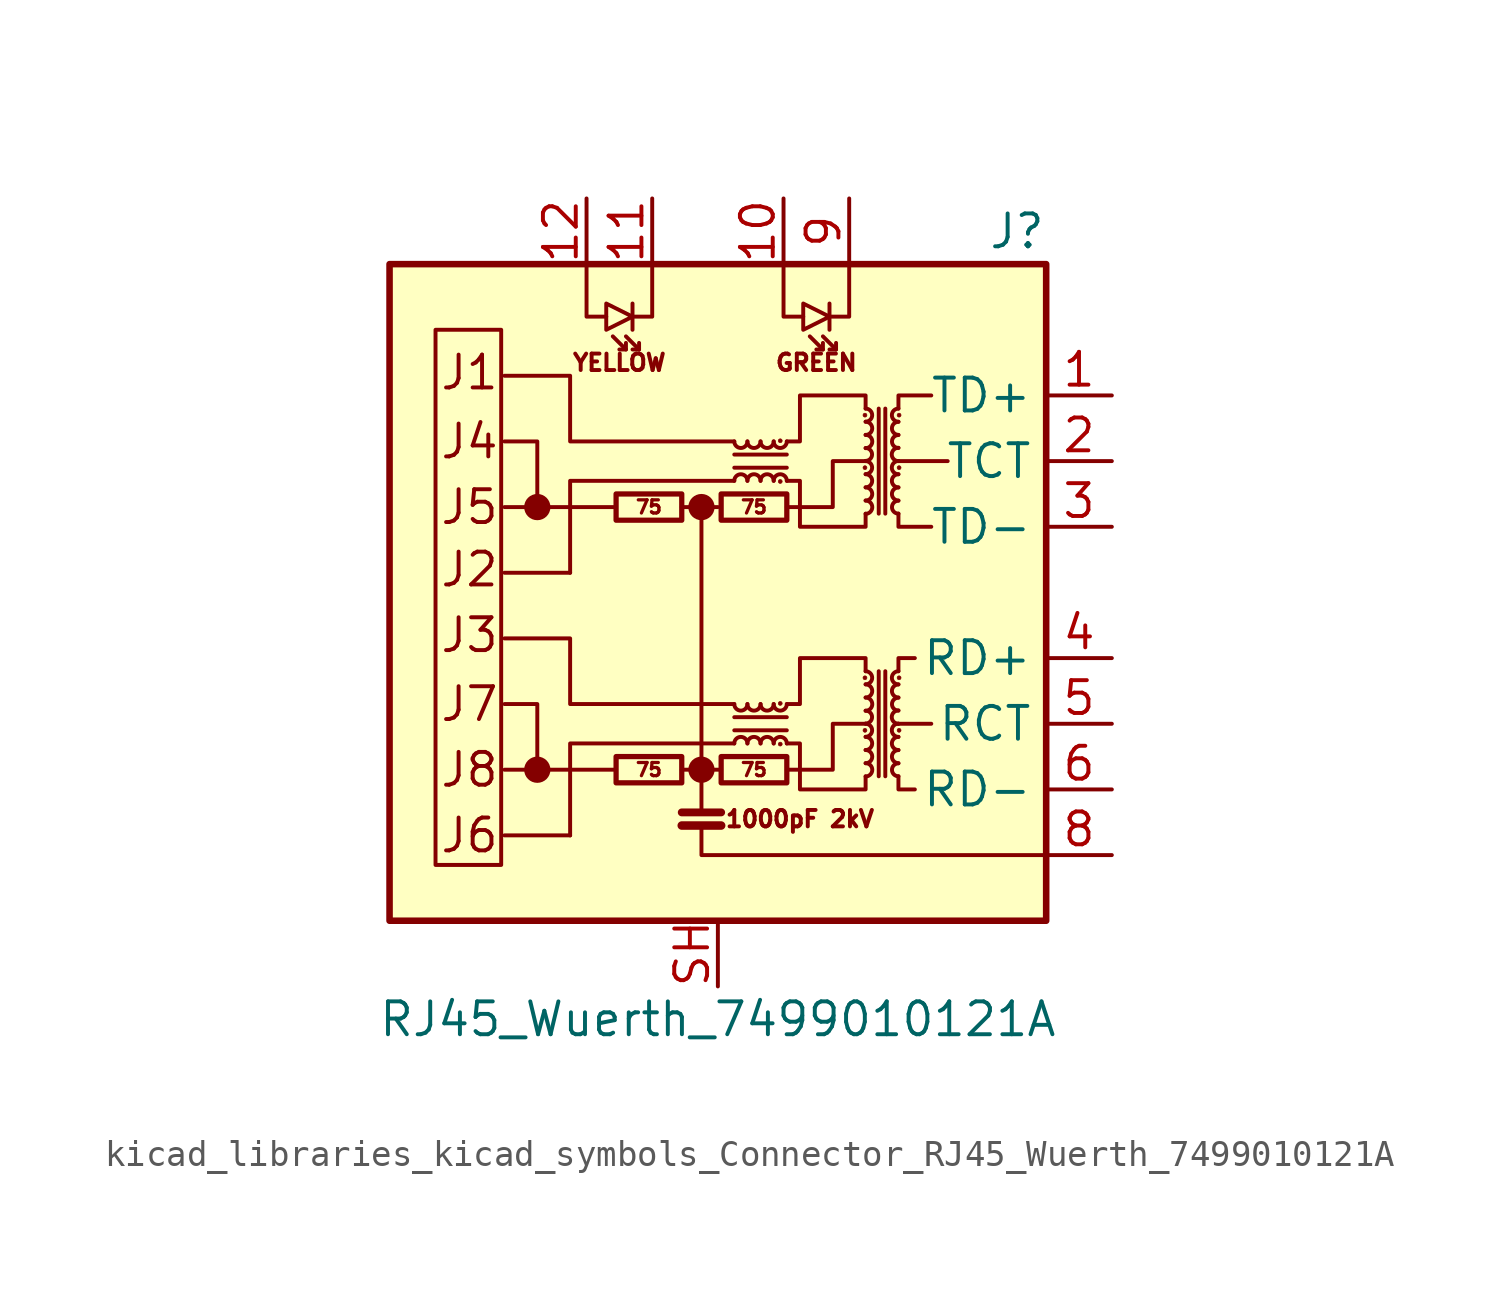
<source format=kicad_sym>
(kicad_symbol_lib
  (version 20220914)
  (generator kicad_symbol_editor)
  (symbol "kicad_libraries_kicad_symbols_Connector_RJ45_Wuerth_7499010121A"
    (property "Reference" "J"
      (at 12.7 13.97 0)
      (effects (font (size 1.27 1.27)) (justify right)))
    (property "Value" "RJ45_Wuerth_7499010121A"
      (at 0 -16.51 0)
      (effects (font (size 1.27 1.27))))
    (symbol "kicad_libraries_kicad_symbols_Connector_RJ45_Wuerth_7499010121A_0_0"
      (rectangle (start -12.7 12.7) (end 12.7 -12.7) (stroke (width 0.254) (type default)) (fill (type background)))
      (circle (center -6.985 -6.858) (radius 0.0001) (stroke (width 0.508) (type default)) (fill (type none)))
      (circle (center -6.985 3.302) (radius 0.0001) (stroke (width 0.508) (type default)) (fill (type none)))
      (circle (center -0.635 -6.858) (radius 0.0001) (stroke (width 0.508) (type default)) (fill (type none)))
      (circle (center -0.635 3.302) (radius 0.0001) (stroke (width 0.508) (type default)) (fill (type none)))
      (polyline (pts (xy -3.937 -6.858) (xy -8.255 -6.858)) (stroke (width 0) (type default)) (fill (type none)))
      (polyline (pts (xy -3.937 3.302) (xy -8.255 3.302)) (stroke (width 0) (type default)) (fill (type none)))
      (polyline (pts (xy 8.255 -5.08) (xy 6.985 -5.08)) (stroke (width 0) (type default)) (fill (type none)))
      (polyline (pts (xy 8.89 5.08) (xy 6.985 5.08)) (stroke (width 0) (type default)) (fill (type none)))
      (polyline (pts (xy -0.635 -9.017) (xy -0.635 -10.16) (xy 12.7 -10.16)) (stroke (width 0) (type default)) (fill (type none)))
      (polyline (pts (xy 0.635 -4.318) (xy -5.715 -4.318) (xy -5.715 -1.778) (xy -8.255 -1.778)) (stroke (width 0) (type default)) (fill (type none)))
      (polyline (pts (xy 0.635 5.842) (xy -5.715 5.842) (xy -5.715 8.382) (xy -8.255 8.382)) (stroke (width 0) (type default)) (fill (type none)))
      (polyline (pts (xy 2.667 -6.858) (xy 4.445 -6.858) (xy 4.445 -5.08) (xy 5.715 -5.08)) (stroke (width 0) (type default)) (fill (type none)))
      (polyline (pts (xy 2.667 3.302) (xy 4.445 3.302) (xy 4.445 5.08) (xy 5.715 5.08)) (stroke (width 0) (type default)) (fill (type none)))
      (text "1000pF 2kV" (at 3.175 -8.763 0) (effects (font (size 0.635 0.635))))
      (text "GREEN" (at 3.81 8.89 0) (effects (font (size 0.635 0.635))))
      (text "J1" (at -10.795 8.509 0) (effects (font (size 1.27 1.27)) (justify left)))
      (text "J2" (at -10.795 0.889 0) (effects (font (size 1.27 1.27)) (justify left)))
      (text "J3" (at -10.795 -1.651 0) (effects (font (size 1.27 1.27)) (justify left)))
      (text "J4" (at -10.795 5.842 0) (effects (font (size 1.27 1.27)) (justify left)))
      (text "J5" (at -10.795 3.302 0) (effects (font (size 1.27 1.27)) (justify left)))
      (text "J6" (at -10.795 -9.398 0) (effects (font (size 1.27 1.27)) (justify left)))
      (text "J7" (at -10.795 -4.318 0) (effects (font (size 1.27 1.27)) (justify left)))
      (text "J8" (at -10.795 -6.858 0) (effects (font (size 1.27 1.27)) (justify left)))
      (text "YELLOW" (at -3.81 8.89 0) (effects (font (size 0.635 0.635)))))
    (symbol "kicad_libraries_kicad_symbols_Connector_RJ45_Wuerth_7499010121A_0_1"
      (rectangle (start -8.382 -10.541) (end -10.922 10.16) (stroke (width 0) (type default)) (fill (type none)))
      (rectangle (start -3.937 -7.366) (end -1.397 -6.35) (stroke (width 0.203) (type default)) (fill (type none)))
      (rectangle (start -3.937 2.794) (end -1.397 3.81) (stroke (width 0.203) (type default)) (fill (type none)))
      (polyline (pts (xy -5.715 -9.398) (xy -8.255 -9.398)) (stroke (width 0) (type default)) (fill (type none)))
      (polyline (pts (xy -5.715 0.762) (xy -8.255 0.762)) (stroke (width 0) (type default)) (fill (type none)))
      (polyline (pts (xy -3.556 9.398) (xy -4.064 9.906)) (stroke (width 0) (type default)) (fill (type none)))
      (polyline (pts (xy -3.302 11.176) (xy -3.302 10.16)) (stroke (width 0) (type default)) (fill (type none)))
      (polyline (pts (xy -3.048 9.398) (xy -3.556 9.906)) (stroke (width 0) (type default)) (fill (type none)))
      (polyline (pts (xy -1.397 -9.017) (xy 0.127 -9.017)) (stroke (width 0.33) (type default)) (fill (type none)))
      (polyline (pts (xy -1.397 -8.509) (xy 0.127 -8.509)) (stroke (width 0.305) (type default)) (fill (type none)))
      (polyline (pts (xy -0.635 3.302) (xy -1.397 3.302)) (stroke (width 0) (type default)) (fill (type none)))
      (polyline (pts (xy 0.127 -6.858) (xy -1.397 -6.858)) (stroke (width 0) (type default)) (fill (type none)))
      (polyline (pts (xy 0.635 -5.334) (xy 2.667 -5.334)) (stroke (width 0) (type default)) (fill (type none)))
      (polyline (pts (xy 0.635 4.826) (xy 2.667 4.826)) (stroke (width 0) (type default)) (fill (type none)))
      (polyline (pts (xy 2.667 -4.826) (xy 0.635 -4.826)) (stroke (width 0) (type default)) (fill (type none)))
      (polyline (pts (xy 2.667 5.334) (xy 0.635 5.334)) (stroke (width 0) (type default)) (fill (type none)))
      (polyline (pts (xy 4.064 9.398) (xy 3.556 9.906)) (stroke (width 0) (type default)) (fill (type none)))
      (polyline (pts (xy 4.318 11.176) (xy 4.318 10.16)) (stroke (width 0) (type default)) (fill (type none)))
      (polyline (pts (xy 4.572 9.398) (xy 4.064 9.906)) (stroke (width 0) (type default)) (fill (type none)))
      (polyline (pts (xy 6.223 -3.048) (xy 6.223 -7.112)) (stroke (width 0) (type default)) (fill (type none)))
      (polyline (pts (xy 6.223 7.112) (xy 6.223 3.048)) (stroke (width 0) (type default)) (fill (type none)))
      (polyline (pts (xy 6.477 -7.112) (xy 6.477 -3.048)) (stroke (width 0) (type default)) (fill (type none)))
      (polyline (pts (xy 6.477 3.048) (xy 6.477 7.112)) (stroke (width 0) (type default)) (fill (type none)))
      (polyline (pts (xy -6.985 -6.858) (xy -6.985 -4.318) (xy -8.255 -4.318)) (stroke (width 0) (type default)) (fill (type none)))
      (polyline (pts (xy -6.985 3.302) (xy -6.985 5.842) (xy -8.255 5.842)) (stroke (width 0) (type default)) (fill (type none)))
      (polyline (pts (xy -5.08 12.7) (xy -5.08 10.668) (xy -4.318 10.668)) (stroke (width 0) (type default)) (fill (type none)))
      (polyline (pts (xy -3.556 9.652) (xy -3.556 9.398) (xy -3.81 9.398)) (stroke (width 0) (type default)) (fill (type none)))
      (polyline (pts (xy -3.048 9.652) (xy -3.048 9.398) (xy -3.302 9.398)) (stroke (width 0) (type default)) (fill (type none)))
      (polyline (pts (xy -2.54 12.7) (xy -2.54 10.668) (xy -3.302 10.668)) (stroke (width 0) (type default)) (fill (type none)))
      (polyline (pts (xy -0.635 -8.509) (xy -0.635 3.302) (xy 0 3.302)) (stroke (width 0) (type default)) (fill (type none)))
      (polyline (pts (xy 0.635 -5.842) (xy -5.715 -5.842) (xy -5.715 -9.398)) (stroke (width 0) (type default)) (fill (type none)))
      (polyline (pts (xy 0.635 4.318) (xy -5.715 4.318) (xy -5.715 0.762)) (stroke (width 0) (type default)) (fill (type none)))
      (polyline (pts (xy 2.54 12.7) (xy 2.54 10.668) (xy 3.302 10.668)) (stroke (width 0) (type default)) (fill (type none)))
      (polyline (pts (xy 4.064 9.652) (xy 4.064 9.398) (xy 3.81 9.398)) (stroke (width 0) (type default)) (fill (type none)))
      (polyline (pts (xy 4.572 9.652) (xy 4.572 9.398) (xy 4.318 9.398)) (stroke (width 0) (type default)) (fill (type none)))
      (polyline (pts (xy 5.08 12.7) (xy 5.08 10.668) (xy 4.318 10.668)) (stroke (width 0) (type default)) (fill (type none)))
      (polyline (pts (xy 6.985 -7.112) (xy 6.985 -7.62) (xy 7.62 -7.62)) (stroke (width 0) (type default)) (fill (type none)))
      (polyline (pts (xy 6.985 -3.048) (xy 6.985 -2.54) (xy 7.62 -2.54)) (stroke (width 0) (type default)) (fill (type none)))
      (polyline (pts (xy 6.985 3.048) (xy 6.985 2.54) (xy 8.255 2.54)) (stroke (width 0) (type default)) (fill (type none)))
      (polyline (pts (xy 6.985 7.112) (xy 6.985 7.62) (xy 8.255 7.62)) (stroke (width 0) (type default)) (fill (type none)))
      (polyline (pts (xy -3.302 10.668) (xy -4.318 11.176) (xy -4.318 10.16) (xy -3.302 10.668)) (stroke (width 0) (type default)) (fill (type none)))
      (polyline (pts (xy 4.318 10.668) (xy 3.302 11.176) (xy 3.302 10.16) (xy 4.318 10.668)) (stroke (width 0) (type default)) (fill (type none)))
      (polyline (pts (xy 2.667 -4.318) (xy 3.175 -4.318) (xy 3.175 -2.54) (xy 5.715 -2.54) (xy 5.715 -3.048)) (stroke (width 0) (type default)) (fill (type none)))
      (polyline (pts (xy 2.667 5.842) (xy 3.175 5.842) (xy 3.175 7.62) (xy 5.715 7.62) (xy 5.715 7.112)) (stroke (width 0) (type default)) (fill (type none)))
      (polyline (pts (xy 5.715 -7.112) (xy 5.715 -7.62) (xy 3.175 -7.62) (xy 3.175 -5.842) (xy 2.667 -5.842)) (stroke (width 0) (type default)) (fill (type none)))
      (polyline (pts (xy 5.715 3.048) (xy 5.715 2.54) (xy 3.175 2.54) (xy 3.175 4.318) (xy 2.667 4.318)) (stroke (width 0) (type default)) (fill (type none)))
      (rectangle (start 0.127 -7.366) (end 2.667 -6.35) (stroke (width 0.203) (type default)) (fill (type none)))
      (rectangle (start 0.127 2.794) (end 2.667 3.81) (stroke (width 0.203) (type default)) (fill (type none)))
      (arc (start 0.635 -4.318) (mid 0.889 -4.5709) (end 1.143 -4.318) (stroke (width 0) (type default)) (fill (type none)))
      (arc (start 0.635 5.842) (mid 0.889 5.5891) (end 1.143 5.842) (stroke (width 0) (type default)) (fill (type none)))
      (arc (start 1.143 -5.842) (mid 0.889 -5.5891) (end 0.635 -5.842) (stroke (width 0) (type default)) (fill (type none)))
      (arc (start 1.143 -4.318) (mid 1.397 -4.5709) (end 1.651 -4.318) (stroke (width 0) (type default)) (fill (type none)))
      (arc (start 1.143 4.318) (mid 0.889 4.5709) (end 0.635 4.318) (stroke (width 0) (type default)) (fill (type none)))
      (arc (start 1.143 5.842) (mid 1.397 5.5891) (end 1.651 5.842) (stroke (width 0) (type default)) (fill (type none)))
      (arc (start 1.651 -5.842) (mid 1.397 -5.5891) (end 1.143 -5.842) (stroke (width 0) (type default)) (fill (type none)))
      (arc (start 1.651 -4.318) (mid 1.905 -4.5709) (end 2.159 -4.318) (stroke (width 0) (type default)) (fill (type none)))
      (arc (start 1.651 4.318) (mid 1.397 4.5709) (end 1.143 4.318) (stroke (width 0) (type default)) (fill (type none)))
      (arc (start 1.651 5.842) (mid 1.905 5.5891) (end 2.159 5.842) (stroke (width 0) (type default)) (fill (type none)))
      (arc (start 2.159 -5.842) (mid 1.905 -5.5891) (end 1.651 -5.842) (stroke (width 0) (type default)) (fill (type none)))
      (arc (start 2.159 -4.318) (mid 2.413 -4.5709) (end 2.667 -4.318) (stroke (width 0) (type default)) (fill (type none)))
      (arc (start 2.159 4.318) (mid 1.905 4.5709) (end 1.651 4.318) (stroke (width 0) (type default)) (fill (type none)))
      (arc (start 2.159 5.842) (mid 2.413 5.5891) (end 2.667 5.842) (stroke (width 0) (type default)) (fill (type none)))
      (circle (center 2.413 -5.867) (radius 0.076) (stroke (width 0.025) (type default)) (fill (type outline)))
      (circle (center 2.413 -4.293) (radius 0.076) (stroke (width 0.025) (type default)) (fill (type outline)))
      (circle (center 2.413 4.293) (radius 0.076) (stroke (width 0.025) (type default)) (fill (type outline)))
      (circle (center 2.413 5.867) (radius 0.076) (stroke (width 0.025) (type default)) (fill (type outline)))
      (arc (start 2.667 -5.842) (mid 2.413 -5.5891) (end 2.159 -5.842) (stroke (width 0) (type default)) (fill (type none)))
      (arc (start 2.667 4.318) (mid 2.413 4.5709) (end 2.159 4.318) (stroke (width 0) (type default)) (fill (type none)))
      (circle (center 5.69 -5.334) (radius 0.076) (stroke (width 0.025) (type default)) (fill (type outline)))
      (circle (center 5.69 -3.302) (radius 0.076) (stroke (width 0.025) (type default)) (fill (type outline)))
      (circle (center 5.69 4.826) (radius 0.076) (stroke (width 0.025) (type default)) (fill (type outline)))
      (circle (center 5.69 6.858) (radius 0.076) (stroke (width 0.025) (type default)) (fill (type outline)))
      (arc (start 5.715 -7.112) (mid 5.9679 -6.858) (end 5.715 -6.604) (stroke (width 0) (type default)) (fill (type none)))
      (arc (start 5.715 -6.604) (mid 5.9679 -6.35) (end 5.715 -6.096) (stroke (width 0) (type default)) (fill (type none)))
      (arc (start 5.715 -6.096) (mid 5.9679 -5.842) (end 5.715 -5.588) (stroke (width 0) (type default)) (fill (type none)))
      (arc (start 5.715 -5.588) (mid 5.9679 -5.334) (end 5.715 -5.08) (stroke (width 0) (type default)) (fill (type none)))
      (arc (start 5.715 -5.08) (mid 5.9679 -4.826) (end 5.715 -4.572) (stroke (width 0) (type default)) (fill (type none)))
      (arc (start 5.715 -4.572) (mid 5.9679 -4.318) (end 5.715 -4.064) (stroke (width 0) (type default)) (fill (type none)))
      (arc (start 5.715 -4.064) (mid 5.9679 -3.81) (end 5.715 -3.556) (stroke (width 0) (type default)) (fill (type none)))
      (arc (start 5.715 -3.556) (mid 5.9679 -3.302) (end 5.715 -3.048) (stroke (width 0) (type default)) (fill (type none)))
      (arc (start 5.715 3.048) (mid 5.9679 3.302) (end 5.715 3.556) (stroke (width 0) (type default)) (fill (type none)))
      (arc (start 5.715 3.556) (mid 5.9679 3.81) (end 5.715 4.064) (stroke (width 0) (type default)) (fill (type none)))
      (arc (start 5.715 4.064) (mid 5.9679 4.318) (end 5.715 4.572) (stroke (width 0) (type default)) (fill (type none)))
      (arc (start 5.715 4.572) (mid 5.9679 4.826) (end 5.715 5.08) (stroke (width 0) (type default)) (fill (type none)))
      (arc (start 5.715 5.08) (mid 5.9679 5.334) (end 5.715 5.588) (stroke (width 0) (type default)) (fill (type none)))
      (arc (start 5.715 5.588) (mid 5.9679 5.842) (end 5.715 6.096) (stroke (width 0) (type default)) (fill (type none)))
      (arc (start 5.715 6.096) (mid 5.9679 6.35) (end 5.715 6.604) (stroke (width 0) (type default)) (fill (type none)))
      (arc (start 5.715 6.604) (mid 5.9679 6.858) (end 5.715 7.112) (stroke (width 0) (type default)) (fill (type none)))
      (arc (start 6.985 -6.604) (mid 6.7321 -6.858) (end 6.985 -7.112) (stroke (width 0) (type default)) (fill (type none)))
      (arc (start 6.985 -6.096) (mid 6.7321 -6.35) (end 6.985 -6.604) (stroke (width 0) (type default)) (fill (type none)))
      (arc (start 6.985 -5.588) (mid 6.7321 -5.842) (end 6.985 -6.096) (stroke (width 0) (type default)) (fill (type none)))
      (arc (start 6.985 -5.08) (mid 6.7321 -5.334) (end 6.985 -5.588) (stroke (width 0) (type default)) (fill (type none)))
      (arc (start 6.985 -4.572) (mid 6.7321 -4.826) (end 6.985 -5.08) (stroke (width 0) (type default)) (fill (type none)))
      (arc (start 6.985 -4.064) (mid 6.7321 -4.318) (end 6.985 -4.572) (stroke (width 0) (type default)) (fill (type none)))
      (arc (start 6.985 -3.556) (mid 6.7321 -3.81) (end 6.985 -4.064) (stroke (width 0) (type default)) (fill (type none)))
      (arc (start 6.985 -3.048) (mid 6.7321 -3.302) (end 6.985 -3.556) (stroke (width 0) (type default)) (fill (type none)))
      (arc (start 6.985 3.556) (mid 6.7321 3.302) (end 6.985 3.048) (stroke (width 0) (type default)) (fill (type none)))
      (arc (start 6.985 4.064) (mid 6.7321 3.81) (end 6.985 3.556) (stroke (width 0) (type default)) (fill (type none)))
      (arc (start 6.985 4.572) (mid 6.7321 4.318) (end 6.985 4.064) (stroke (width 0) (type default)) (fill (type none)))
      (arc (start 6.985 5.08) (mid 6.7321 4.826) (end 6.985 4.572) (stroke (width 0) (type default)) (fill (type none)))
      (arc (start 6.985 5.588) (mid 6.7321 5.334) (end 6.985 5.08) (stroke (width 0) (type default)) (fill (type none)))
      (arc (start 6.985 6.096) (mid 6.7321 5.842) (end 6.985 5.588) (stroke (width 0) (type default)) (fill (type none)))
      (arc (start 6.985 6.604) (mid 6.7321 6.35) (end 6.985 6.096) (stroke (width 0) (type default)) (fill (type none)))
      (arc (start 6.985 7.112) (mid 6.7321 6.858) (end 6.985 6.604) (stroke (width 0) (type default)) (fill (type none)))
      (circle (center 7.01 -5.334) (radius 0.076) (stroke (width 0.025) (type default)) (fill (type outline)))
      (circle (center 7.01 -3.302) (radius 0.076) (stroke (width 0.025) (type default)) (fill (type outline)))
      (circle (center 7.01 4.826) (radius 0.076) (stroke (width 0.025) (type default)) (fill (type outline)))
      (circle (center 7.01 6.858) (radius 0.076) (stroke (width 0.025) (type default)) (fill (type outline))))
    (symbol "kicad_libraries_kicad_symbols_Connector_RJ45_Wuerth_7499010121A_1_0"
      (text "75" (at -2.667 -6.858 0) (effects (font (size 0.508 0.508))))
      (text "75" (at -2.667 3.302 0) (effects (font (size 0.508 0.508))))
      (text "75" (at 1.397 -6.858 0) (effects (font (size 0.508 0.508))))
      (text "75" (at 1.397 3.302 0) (effects (font (size 0.508 0.508)))))
    (symbol "kicad_libraries_kicad_symbols_Connector_RJ45_Wuerth_7499010121A_1_1"
      (pin passive line (at 15.24 7.62 180) (length 2.54) (name "TD+" (effects (font (size 1.27 1.27)))) (number "1" (effects (font (size 1.27 1.27)))))
      (pin passive line (at 2.54 15.24 270) (length 2.54) (name "~" (effects (font (size 1.27 1.27)))) (number "10" (effects (font (size 1.27 1.27)))))
      (pin passive line (at -2.54 15.24 270) (length 2.54) (name "~" (effects (font (size 1.27 1.27)))) (number "11" (effects (font (size 1.27 1.27)))))
      (pin passive line (at -5.08 15.24 270) (length 2.54) (name "~" (effects (font (size 1.27 1.27)))) (number "12" (effects (font (size 1.27 1.27)))))
      (pin passive line (at 15.24 5.08 180) (length 2.54) (name "TCT" (effects (font (size 1.27 1.27)))) (number "2" (effects (font (size 1.27 1.27)))))
      (pin passive line (at 15.24 2.54 180) (length 2.54) (name "TD-" (effects (font (size 1.27 1.27)))) (number "3" (effects (font (size 1.27 1.27)))))
      (pin passive line (at 15.24 -2.54 180) (length 2.54) (name "RD+" (effects (font (size 1.27 1.27)))) (number "4" (effects (font (size 1.27 1.27)))))
      (pin passive line (at 15.24 -5.08 180) (length 2.54) (name "RCT" (effects (font (size 1.27 1.27)))) (number "5" (effects (font (size 1.27 1.27)))))
      (pin passive line (at 15.24 -7.62 180) (length 2.54) (name "RD-" (effects (font (size 1.27 1.27)))) (number "6" (effects (font (size 1.27 1.27)))))
      (pin passive line (at 15.24 -10.16 180) (length 2.54) (name "~" (effects (font (size 1.27 1.27)))) (number "8" (effects (font (size 1.27 1.27)))))
      (pin passive line (at 5.08 15.24 270) (length 2.54) (name "~" (effects (font (size 1.27 1.27)))) (number "9" (effects (font (size 1.27 1.27)))))
      (pin passive line (at 0 -15.24 90) (length 2.54) (name "~" (effects (font (size 1.27 1.27)))) (number "SH" (effects (font (size 1.27 1.27))))))))
</source>
